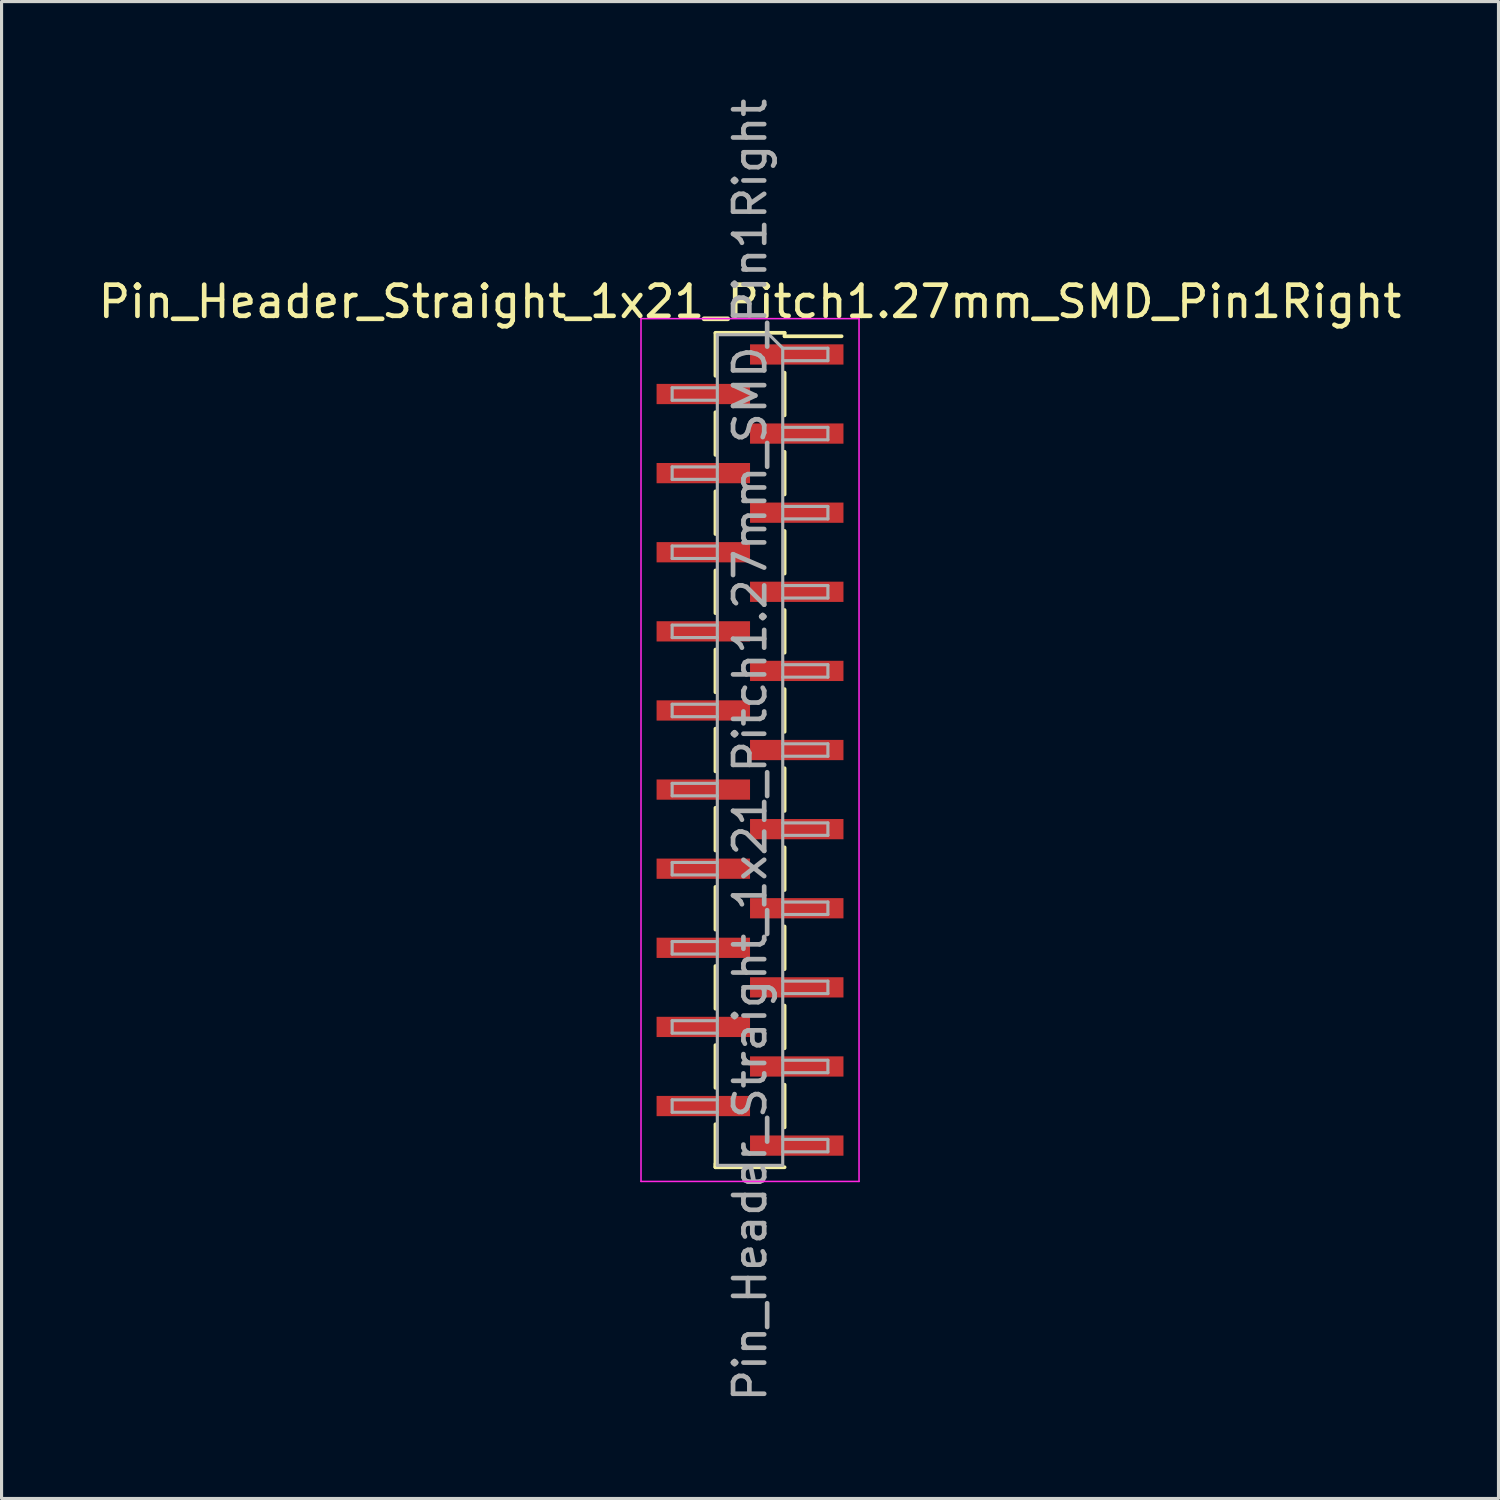
<source format=kicad_pcb>
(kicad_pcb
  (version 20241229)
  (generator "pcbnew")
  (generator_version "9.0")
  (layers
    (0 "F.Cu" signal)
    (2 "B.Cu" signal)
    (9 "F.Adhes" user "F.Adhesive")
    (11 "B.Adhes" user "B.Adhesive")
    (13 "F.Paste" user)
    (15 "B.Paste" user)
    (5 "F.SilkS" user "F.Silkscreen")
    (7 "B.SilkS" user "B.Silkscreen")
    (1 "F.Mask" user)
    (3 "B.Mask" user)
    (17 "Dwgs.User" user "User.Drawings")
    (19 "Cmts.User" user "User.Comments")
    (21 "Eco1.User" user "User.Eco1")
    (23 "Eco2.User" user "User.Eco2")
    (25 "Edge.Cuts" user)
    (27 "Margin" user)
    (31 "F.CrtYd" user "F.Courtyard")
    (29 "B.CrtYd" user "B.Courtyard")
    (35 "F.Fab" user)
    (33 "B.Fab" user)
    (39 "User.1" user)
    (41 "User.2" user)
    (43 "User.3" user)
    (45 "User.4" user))
  (footprint "Pin_Header_Straight_1x21_Pitch1.27mm_SMD_Pin1Right"
    (layer "F.Cu")
    (at 21.03 21.03)
    (property "Reference" "Pin_Header_Straight_1x21_Pitch1.27mm_SMD_Pin1Right" (at 0 -14.395 0) (layer "F.SilkS") (effects (font (size 1 1) (thickness 0.15))))
    (attr smd)
    (fp_line (start -1.11 -13.395) (end 1.11 -13.395) (stroke (width 0.12) (type solid)) (layer "F.SilkS"))
    (fp_line (start -1.11 -13.385) (end -1.11 -12.015) (stroke (width 0.12) (type solid)) (layer "F.SilkS"))
    (fp_line (start -1.11 -10.845) (end -1.11 -9.475) (stroke (width 0.12) (type solid)) (layer "F.SilkS"))
    (fp_line (start -1.11 -8.305) (end -1.11 -6.935) (stroke (width 0.12) (type solid)) (layer "F.SilkS"))
    (fp_line (start -1.11 -5.765) (end -1.11 -4.395) (stroke (width 0.12) (type solid)) (layer "F.SilkS"))
    (fp_line (start -1.11 -3.225) (end -1.11 -1.855) (stroke (width 0.12) (type solid)) (layer "F.SilkS"))
    (fp_line (start -1.11 -0.685) (end -1.11 0.685) (stroke (width 0.12) (type solid)) (layer "F.SilkS"))
    (fp_line (start -1.11 1.855) (end -1.11 3.225) (stroke (width 0.12) (type solid)) (layer "F.SilkS"))
    (fp_line (start -1.11 4.395) (end -1.11 5.765) (stroke (width 0.12) (type solid)) (layer "F.SilkS"))
    (fp_line (start -1.11 6.935) (end -1.11 8.305) (stroke (width 0.12) (type solid)) (layer "F.SilkS"))
    (fp_line (start -1.11 9.475) (end -1.11 10.845) (stroke (width 0.12) (type solid)) (layer "F.SilkS"))
    (fp_line (start -1.11 12.015) (end -1.11 13.385) (stroke (width 0.12) (type solid)) (layer "F.SilkS"))
    (fp_line (start -1.11 13.285) (end -1.11 13.395) (stroke (width 0.12) (type solid)) (layer "F.SilkS"))
    (fp_line (start -1.11 13.395) (end 1.11 13.395) (stroke (width 0.12) (type solid)) (layer "F.SilkS"))
    (fp_line (start 1.11 -13.395) (end 1.11 -13.285) (stroke (width 0.12) (type solid)) (layer "F.SilkS"))
    (fp_line (start 1.11 -13.285) (end 2.94 -13.285) (stroke (width 0.12) (type solid)) (layer "F.SilkS"))
    (fp_line (start 1.11 -12.115) (end 1.11 -10.745) (stroke (width 0.12) (type solid)) (layer "F.SilkS"))
    (fp_line (start 1.11 -9.575) (end 1.11 -8.205) (stroke (width 0.12) (type solid)) (layer "F.SilkS"))
    (fp_line (start 1.11 -7.035) (end 1.11 -5.665) (stroke (width 0.12) (type solid)) (layer "F.SilkS"))
    (fp_line (start 1.11 -4.495) (end 1.11 -3.125) (stroke (width 0.12) (type solid)) (layer "F.SilkS"))
    (fp_line (start 1.11 -1.955) (end 1.11 -0.585) (stroke (width 0.12) (type solid)) (layer "F.SilkS"))
    (fp_line (start 1.11 0.585) (end 1.11 1.955) (stroke (width 0.12) (type solid)) (layer "F.SilkS"))
    (fp_line (start 1.11 3.125) (end 1.11 4.495) (stroke (width 0.12) (type solid)) (layer "F.SilkS"))
    (fp_line (start 1.11 5.665) (end 1.11 7.035) (stroke (width 0.12) (type solid)) (layer "F.SilkS"))
    (fp_line (start 1.11 8.205) (end 1.11 9.575) (stroke (width 0.12) (type solid)) (layer "F.SilkS"))
    (fp_line (start 1.11 10.745) (end 1.11 12.115) (stroke (width 0.12) (type solid)) (layer "F.SilkS"))
    (fp_line (start -3.5 -13.85) (end -3.5 13.85) (stroke (width 0.05) (type solid)) (layer "F.CrtYd"))
    (fp_line (start -3.5 13.85) (end 3.5 13.85) (stroke (width 0.05) (type solid)) (layer "F.CrtYd"))
    (fp_line (start 3.5 -13.85) (end -3.5 -13.85) (stroke (width 0.05) (type solid)) (layer "F.CrtYd"))
    (fp_line (start 3.5 13.85) (end 3.5 -13.85) (stroke (width 0.05) (type solid)) (layer "F.CrtYd"))
    (fp_line (start -2.5 -11.63) (end -2.5 -11.23) (stroke (width 0.1) (type solid)) (layer "F.Fab"))
    (fp_line (start -2.5 -11.23) (end -1.05 -11.23) (stroke (width 0.1) (type solid)) (layer "F.Fab"))
    (fp_line (start -2.5 -9.09) (end -2.5 -8.69) (stroke (width 0.1) (type solid)) (layer "F.Fab"))
    (fp_line (start -2.5 -8.69) (end -1.05 -8.69) (stroke (width 0.1) (type solid)) (layer "F.Fab"))
    (fp_line (start -2.5 -6.55) (end -2.5 -6.15) (stroke (width 0.1) (type solid)) (layer "F.Fab"))
    (fp_line (start -2.5 -6.15) (end -1.05 -6.15) (stroke (width 0.1) (type solid)) (layer "F.Fab"))
    (fp_line (start -2.5 -4.01) (end -2.5 -3.61) (stroke (width 0.1) (type solid)) (layer "F.Fab"))
    (fp_line (start -2.5 -3.61) (end -1.05 -3.61) (stroke (width 0.1) (type solid)) (layer "F.Fab"))
    (fp_line (start -2.5 -1.47) (end -2.5 -1.07) (stroke (width 0.1) (type solid)) (layer "F.Fab"))
    (fp_line (start -2.5 -1.07) (end -1.05 -1.07) (stroke (width 0.1) (type solid)) (layer "F.Fab"))
    (fp_line (start -2.5 1.07) (end -2.5 1.47) (stroke (width 0.1) (type solid)) (layer "F.Fab"))
    (fp_line (start -2.5 1.47) (end -1.05 1.47) (stroke (width 0.1) (type solid)) (layer "F.Fab"))
    (fp_line (start -2.5 3.61) (end -2.5 4.01) (stroke (width 0.1) (type solid)) (layer "F.Fab"))
    (fp_line (start -2.5 4.01) (end -1.05 4.01) (stroke (width 0.1) (type solid)) (layer "F.Fab"))
    (fp_line (start -2.5 6.15) (end -2.5 6.55) (stroke (width 0.1) (type solid)) (layer "F.Fab"))
    (fp_line (start -2.5 6.55) (end -1.05 6.55) (stroke (width 0.1) (type solid)) (layer "F.Fab"))
    (fp_line (start -2.5 8.69) (end -2.5 9.09) (stroke (width 0.1) (type solid)) (layer "F.Fab"))
    (fp_line (start -2.5 9.09) (end -1.05 9.09) (stroke (width 0.1) (type solid)) (layer "F.Fab"))
    (fp_line (start -2.5 11.23) (end -2.5 11.63) (stroke (width 0.1) (type solid)) (layer "F.Fab"))
    (fp_line (start -2.5 11.63) (end -1.05 11.63) (stroke (width 0.1) (type solid)) (layer "F.Fab"))
    (fp_line (start -1.05 -13.335) (end -1.05 13.335) (stroke (width 0.1) (type solid)) (layer "F.Fab"))
    (fp_line (start -1.05 -13.335) (end 0.615 -13.335) (stroke (width 0.1) (type solid)) (layer "F.Fab"))
    (fp_line (start -1.05 -11.63) (end -2.5 -11.63) (stroke (width 0.1) (type solid)) (layer "F.Fab"))
    (fp_line (start -1.05 -9.09) (end -2.5 -9.09) (stroke (width 0.1) (type solid)) (layer "F.Fab"))
    (fp_line (start -1.05 -6.55) (end -2.5 -6.55) (stroke (width 0.1) (type solid)) (layer "F.Fab"))
    (fp_line (start -1.05 -4.01) (end -2.5 -4.01) (stroke (width 0.1) (type solid)) (layer "F.Fab"))
    (fp_line (start -1.05 -1.47) (end -2.5 -1.47) (stroke (width 0.1) (type solid)) (layer "F.Fab"))
    (fp_line (start -1.05 1.07) (end -2.5 1.07) (stroke (width 0.1) (type solid)) (layer "F.Fab"))
    (fp_line (start -1.05 3.61) (end -2.5 3.61) (stroke (width 0.1) (type solid)) (layer "F.Fab"))
    (fp_line (start -1.05 6.15) (end -2.5 6.15) (stroke (width 0.1) (type solid)) (layer "F.Fab"))
    (fp_line (start -1.05 8.69) (end -2.5 8.69) (stroke (width 0.1) (type solid)) (layer "F.Fab"))
    (fp_line (start -1.05 11.23) (end -2.5 11.23) (stroke (width 0.1) (type solid)) (layer "F.Fab"))
    (fp_line (start 1.05 -12.9) (end 0.615 -13.335) (stroke (width 0.1) (type solid)) (layer "F.Fab"))
    (fp_line (start 1.05 -12.9) (end 2.5 -12.9) (stroke (width 0.1) (type solid)) (layer "F.Fab"))
    (fp_line (start 1.05 -10.36) (end 2.5 -10.36) (stroke (width 0.1) (type solid)) (layer "F.Fab"))
    (fp_line (start 1.05 -7.82) (end 2.5 -7.82) (stroke (width 0.1) (type solid)) (layer "F.Fab"))
    (fp_line (start 1.05 -5.28) (end 2.5 -5.28) (stroke (width 0.1) (type solid)) (layer "F.Fab"))
    (fp_line (start 1.05 -2.74) (end 2.5 -2.74) (stroke (width 0.1) (type solid)) (layer "F.Fab"))
    (fp_line (start 1.05 -0.2) (end 2.5 -0.2) (stroke (width 0.1) (type solid)) (layer "F.Fab"))
    (fp_line (start 1.05 2.34) (end 2.5 2.34) (stroke (width 0.1) (type solid)) (layer "F.Fab"))
    (fp_line (start 1.05 4.88) (end 2.5 4.88) (stroke (width 0.1) (type solid)) (layer "F.Fab"))
    (fp_line (start 1.05 7.42) (end 2.5 7.42) (stroke (width 0.1) (type solid)) (layer "F.Fab"))
    (fp_line (start 1.05 9.96) (end 2.5 9.96) (stroke (width 0.1) (type solid)) (layer "F.Fab"))
    (fp_line (start 1.05 12.5) (end 2.5 12.5) (stroke (width 0.1) (type solid)) (layer "F.Fab"))
    (fp_line (start 1.05 13.335) (end -1.05 13.335) (stroke (width 0.1) (type solid)) (layer "F.Fab"))
    (fp_line (start 1.05 13.335) (end 1.05 -12.9) (stroke (width 0.1) (type solid)) (layer "F.Fab"))
    (fp_line (start 2.5 -12.9) (end 2.5 -12.5) (stroke (width 0.1) (type solid)) (layer "F.Fab"))
    (fp_line (start 2.5 -12.5) (end 1.05 -12.5) (stroke (width 0.1) (type solid)) (layer "F.Fab"))
    (fp_line (start 2.5 -10.36) (end 2.5 -9.96) (stroke (width 0.1) (type solid)) (layer "F.Fab"))
    (fp_line (start 2.5 -9.96) (end 1.05 -9.96) (stroke (width 0.1) (type solid)) (layer "F.Fab"))
    (fp_line (start 2.5 -7.82) (end 2.5 -7.42) (stroke (width 0.1) (type solid)) (layer "F.Fab"))
    (fp_line (start 2.5 -7.42) (end 1.05 -7.42) (stroke (width 0.1) (type solid)) (layer "F.Fab"))
    (fp_line (start 2.5 -5.28) (end 2.5 -4.88) (stroke (width 0.1) (type solid)) (layer "F.Fab"))
    (fp_line (start 2.5 -4.88) (end 1.05 -4.88) (stroke (width 0.1) (type solid)) (layer "F.Fab"))
    (fp_line (start 2.5 -2.74) (end 2.5 -2.34) (stroke (width 0.1) (type solid)) (layer "F.Fab"))
    (fp_line (start 2.5 -2.34) (end 1.05 -2.34) (stroke (width 0.1) (type solid)) (layer "F.Fab"))
    (fp_line (start 2.5 -0.2) (end 2.5 0.2) (stroke (width 0.1) (type solid)) (layer "F.Fab"))
    (fp_line (start 2.5 0.2) (end 1.05 0.2) (stroke (width 0.1) (type solid)) (layer "F.Fab"))
    (fp_line (start 2.5 2.34) (end 2.5 2.74) (stroke (width 0.1) (type solid)) (layer "F.Fab"))
    (fp_line (start 2.5 2.74) (end 1.05 2.74) (stroke (width 0.1) (type solid)) (layer "F.Fab"))
    (fp_line (start 2.5 4.88) (end 2.5 5.28) (stroke (width 0.1) (type solid)) (layer "F.Fab"))
    (fp_line (start 2.5 5.28) (end 1.05 5.28) (stroke (width 0.1) (type solid)) (layer "F.Fab"))
    (fp_line (start 2.5 7.42) (end 2.5 7.82) (stroke (width 0.1) (type solid)) (layer "F.Fab"))
    (fp_line (start 2.5 7.82) (end 1.05 7.82) (stroke (width 0.1) (type solid)) (layer "F.Fab"))
    (fp_line (start 2.5 9.96) (end 2.5 10.36) (stroke (width 0.1) (type solid)) (layer "F.Fab"))
    (fp_line (start 2.5 10.36) (end 1.05 10.36) (stroke (width 0.1) (type solid)) (layer "F.Fab"))
    (fp_line (start 2.5 12.5) (end 2.5 12.9) (stroke (width 0.1) (type solid)) (layer "F.Fab"))
    (fp_line (start 2.5 12.9) (end 1.05 12.9) (stroke (width 0.1) (type solid)) (layer "F.Fab"))
    (fp_text user "${REFERENCE}" (at 0 0 90) (layer "F.Fab") (effects (font (size 1 1) (thickness 0.15))))
    (pad "1" smd rect (at 1.5 -12.7) (size 3 0.65) (layers "F.Cu" "F.Mask" "F.Paste"))
    (pad "2" smd rect (at -1.5 -11.43) (size 3 0.65) (layers "F.Cu" "F.Mask" "F.Paste"))
    (pad "3" smd rect (at 1.5 -10.16) (size 3 0.65) (layers "F.Cu" "F.Mask" "F.Paste"))
    (pad "4" smd rect (at -1.5 -8.89) (size 3 0.65) (layers "F.Cu" "F.Mask" "F.Paste"))
    (pad "5" smd rect (at 1.5 -7.62) (size 3 0.65) (layers "F.Cu" "F.Mask" "F.Paste"))
    (pad "6" smd rect (at -1.5 -6.35) (size 3 0.65) (layers "F.Cu" "F.Mask" "F.Paste"))
    (pad "7" smd rect (at 1.5 -5.08) (size 3 0.65) (layers "F.Cu" "F.Mask" "F.Paste"))
    (pad "8" smd rect (at -1.5 -3.81) (size 3 0.65) (layers "F.Cu" "F.Mask" "F.Paste"))
    (pad "9" smd rect (at 1.5 -2.54) (size 3 0.65) (layers "F.Cu" "F.Mask" "F.Paste"))
    (pad "10" smd rect (at -1.5 -1.27) (size 3 0.65) (layers "F.Cu" "F.Mask" "F.Paste"))
    (pad "11" smd rect (at 1.5 0) (size 3 0.65) (layers "F.Cu" "F.Mask" "F.Paste"))
    (pad "12" smd rect (at -1.5 1.27) (size 3 0.65) (layers "F.Cu" "F.Mask" "F.Paste"))
    (pad "13" smd rect (at 1.5 2.54) (size 3 0.65) (layers "F.Cu" "F.Mask" "F.Paste"))
    (pad "14" smd rect (at -1.5 3.81) (size 3 0.65) (layers "F.Cu" "F.Mask" "F.Paste"))
    (pad "15" smd rect (at 1.5 5.08) (size 3 0.65) (layers "F.Cu" "F.Mask" "F.Paste"))
    (pad "16" smd rect (at -1.5 6.35) (size 3 0.65) (layers "F.Cu" "F.Mask" "F.Paste"))
    (pad "17" smd rect (at 1.5 7.62) (size 3 0.65) (layers "F.Cu" "F.Mask" "F.Paste"))
    (pad "18" smd rect (at -1.5 8.89) (size 3 0.65) (layers "F.Cu" "F.Mask" "F.Paste"))
    (pad "19" smd rect (at 1.5 10.16) (size 3 0.65) (layers "F.Cu" "F.Mask" "F.Paste"))
    (pad "20" smd rect (at -1.5 11.43) (size 3 0.65) (layers "F.Cu" "F.Mask" "F.Paste"))
    (pad "21" smd rect (at 1.5 12.7) (size 3 0.65) (layers "F.Cu" "F.Mask" "F.Paste")))
  (gr_rect
    (start -3 -3)
    (end 45.06 45.06)
    (stroke (width 0.1) (type default))
    (fill no)
    (layer "Edge.Cuts")))
</source>
